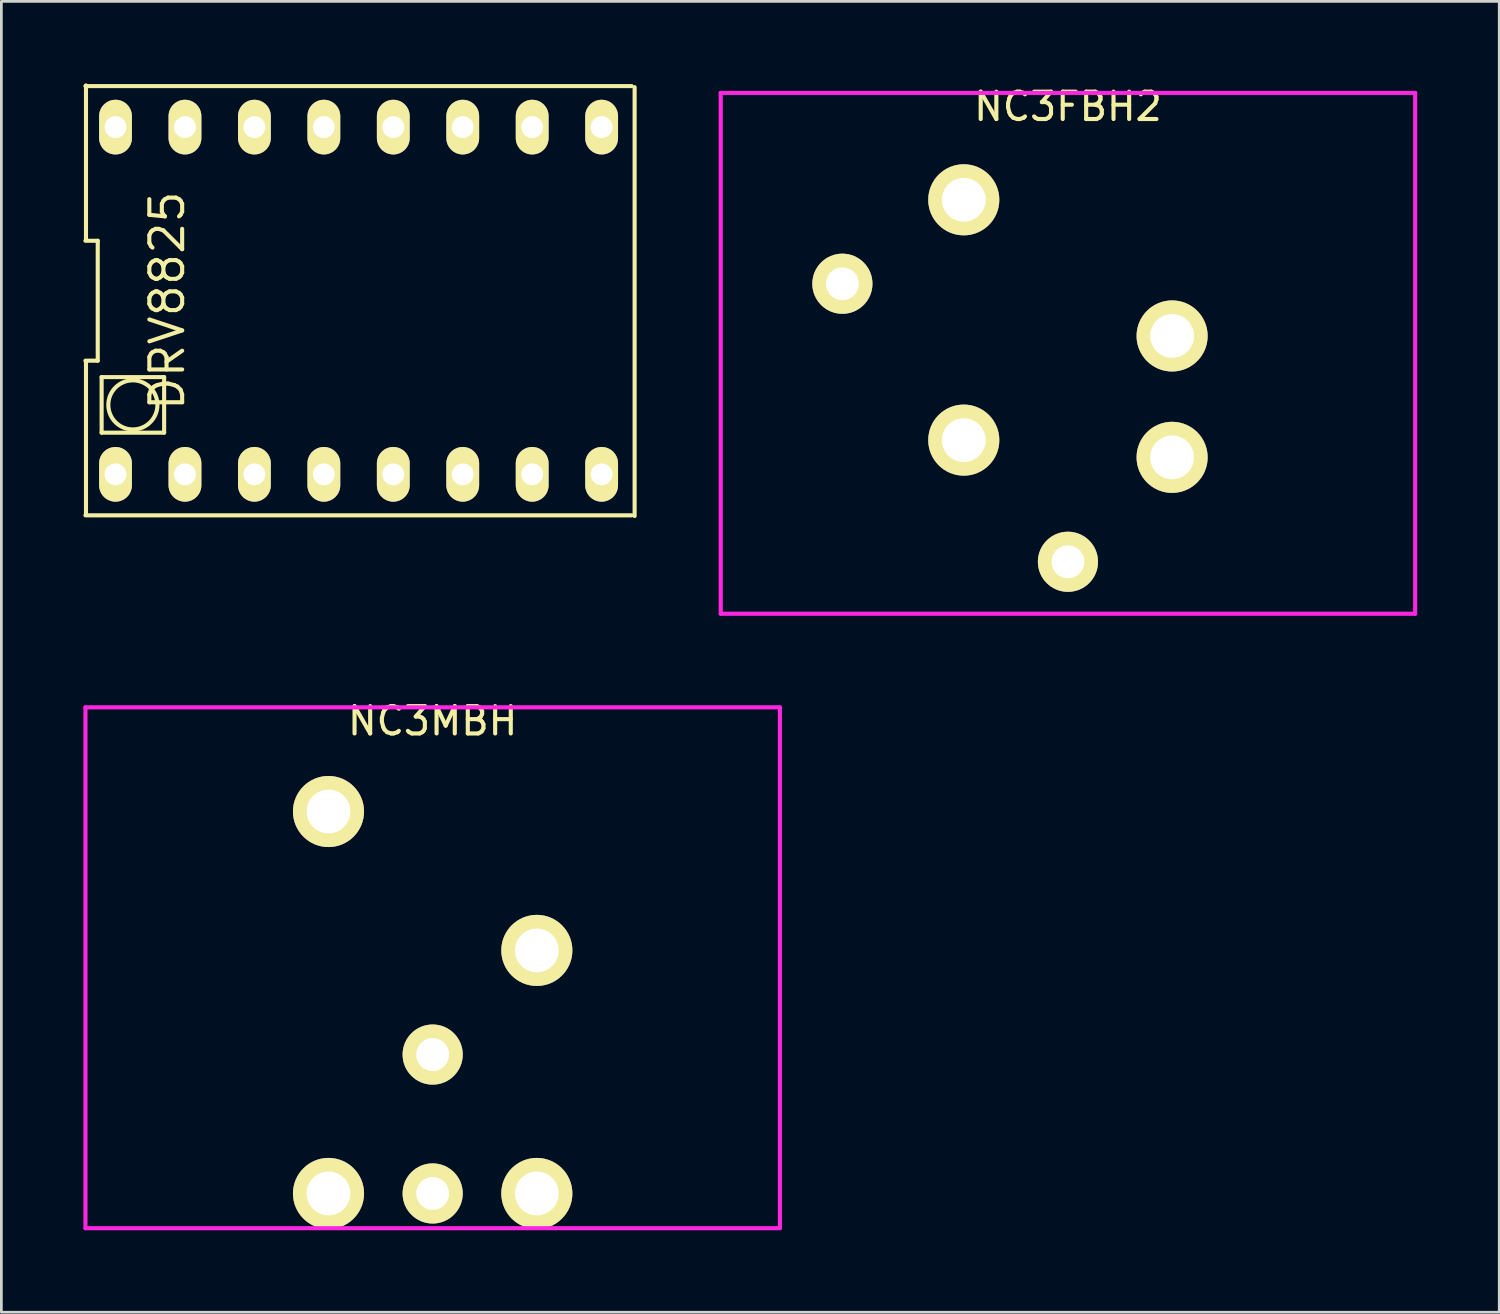
<source format=kicad_pcb>
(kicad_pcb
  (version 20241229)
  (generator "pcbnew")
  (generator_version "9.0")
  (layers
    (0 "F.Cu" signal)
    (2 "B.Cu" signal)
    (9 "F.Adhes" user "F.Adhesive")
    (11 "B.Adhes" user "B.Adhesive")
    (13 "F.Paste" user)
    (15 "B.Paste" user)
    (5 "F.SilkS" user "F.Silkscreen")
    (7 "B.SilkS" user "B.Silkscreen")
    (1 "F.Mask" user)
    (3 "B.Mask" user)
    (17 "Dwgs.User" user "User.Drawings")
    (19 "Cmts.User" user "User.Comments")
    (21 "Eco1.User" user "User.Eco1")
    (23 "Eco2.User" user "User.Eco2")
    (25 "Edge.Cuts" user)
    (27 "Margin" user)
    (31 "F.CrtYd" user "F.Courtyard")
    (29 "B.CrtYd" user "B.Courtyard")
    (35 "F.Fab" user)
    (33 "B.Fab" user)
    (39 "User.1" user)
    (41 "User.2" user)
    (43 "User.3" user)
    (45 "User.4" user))
  (footprint "NC3FBH2"
    (layer "F.Cu")
    (at 36.011 0.348)
    (property "Reference" "NC3FBH2" (at 0 0.5 0) (layer "F.SilkS") (effects (font (size 1 1) (thickness 0.15))))
    (attr through_hole)
    (fp_line (start -12.7 0) (end -12.7 19.05) (stroke (width 0.15) (type solid)) (layer "F.CrtYd"))
    (fp_line (start -12.7 19.05) (end 12.7 19.05) (stroke (width 0.15) (type solid)) (layer "F.CrtYd"))
    (fp_line (start 12.7 0) (end -12.7 0) (stroke (width 0.15) (type solid)) (layer "F.CrtYd"))
    (fp_line (start 12.7 19.05) (end 12.7 0) (stroke (width 0.15) (type solid)) (layer "F.CrtYd"))
    (pad "" thru_hole circle (at -8.25 6.98) (size 2.2 2.2) (drill 1.2) (layers "*.Cu" "*.Mask" "F.SilkS"))
    (pad "" np_thru_hole circle (at -3.81 3.91) (size 2.6 2.6) (drill 1.6) (layers "*.Cu" "*.Mask" "F.SilkS"))
    (pad "" np_thru_hole circle (at 3.81 8.89) (size 2.6 2.6) (drill 1.6) (layers "*.Cu" "*.Mask" "F.SilkS"))
    (pad "1" thru_hole circle (at -3.81 12.7) (size 2.6 2.6) (drill 1.6) (layers "*.Cu" "*.Mask" "F.SilkS"))
    (pad "2" thru_hole circle (at 3.81 13.33) (size 2.6 2.6) (drill 1.6) (layers "*.Cu" "*.Mask" "F.SilkS"))
    (pad "3" thru_hole circle (at 0 17.15) (size 2.2 2.2) (drill 1.2) (layers "*.Cu" "*.Mask" "F.SilkS")))
  (footprint "NC3MBH"
    (layer "F.Cu")
    (at 12.775 22.822)
    (property "Reference" "NC3MBH" (at 0 0.5 0) (layer "F.SilkS") (effects (font (size 1 1) (thickness 0.15))))
    (attr through_hole)
    (fp_line (start -12.7 0) (end -12.7 19.05) (stroke (width 0.15) (type solid)) (layer "F.CrtYd"))
    (fp_line (start -12.7 0) (end 12.7 0) (stroke (width 0.15) (type solid)) (layer "F.CrtYd"))
    (fp_line (start -12.7 19.05) (end 12.7 19.05) (stroke (width 0.15) (type solid)) (layer "F.CrtYd"))
    (fp_line (start 12.7 19.05) (end 12.7 0) (stroke (width 0.15) (type solid)) (layer "F.CrtYd"))
    (pad "" np_thru_hole circle (at -3.81 3.81) (size 2.6 2.6) (drill 1.6) (layers "*.Cu" "*.Mask" "F.SilkS"))
    (pad "" thru_hole circle (at 0 12.7) (size 2.2 2.2) (drill 1.2) (layers "*.Cu" "*.Mask" "F.SilkS"))
    (pad "" np_thru_hole circle (at 3.81 8.89) (size 2.6 2.6) (drill 1.6) (layers "*.Cu" "*.Mask" "F.SilkS"))
    (pad "1" thru_hole circle (at 3.81 17.78) (size 2.6 2.6) (drill 1.6) (layers "*.Cu" "*.Mask" "F.SilkS"))
    (pad "2" thru_hole circle (at -3.81 17.78) (size 2.6 2.6) (drill 1.6) (layers "*.Cu" "*.Mask" "F.SilkS"))
    (pad "3" thru_hole circle (at 0 17.78) (size 2.2 2.2) (drill 1.2) (layers "*.Cu" "*.Mask" "F.SilkS")))
  (footprint "DRV8825"
    (layer "F.Cu")
    (at 10.065 7.949)
    (property "Reference" "DRV8825" (at -7 0 90) (layer "F.SilkS") (effects (font (size 1.2 1.2) (thickness 0.15))))
    (attr through_hole)
    (fp_line (start -9.99 -2.193) (end -9.54 -2.193) (stroke (width 0.15) (type solid)) (layer "F.SilkS"))
    (fp_line (start -9.99 7.85) (end 9.99 7.85) (stroke (width 0.15) (type solid)) (layer "F.SilkS"))
    (fp_line (start -9.97 -2.223) (end -9.97 -7.874) (stroke (width 0.15) (type solid)) (layer "F.SilkS"))
    (fp_line (start -9.97 2.223) (end -9.97 7.811) (stroke (width 0.15) (type solid)) (layer "F.SilkS"))
    (fp_line (start -9.54 -2.193) (end -9.54 2.193) (stroke (width 0.15) (type solid)) (layer "F.SilkS"))
    (fp_line (start -9.54 2.193) (end -9.99 2.193) (stroke (width 0.15) (type solid)) (layer "F.SilkS"))
    (fp_line (start -9.398 2.794) (end -7.112 2.794) (stroke (width 0.15) (type solid)) (layer "F.SilkS"))
    (fp_line (start -9.398 4.826) (end -9.398 2.794) (stroke (width 0.15) (type solid)) (layer "F.SilkS"))
    (fp_line (start -7.112 2.794) (end -7.112 4.826) (stroke (width 0.15) (type solid)) (layer "F.SilkS"))
    (fp_line (start -7.112 4.826) (end -9.398 4.826) (stroke (width 0.15) (type solid)) (layer "F.SilkS"))
    (fp_line (start 9.99 -7.85) (end -9.99 -7.85) (stroke (width 0.15) (type solid)) (layer "F.SilkS"))
    (fp_line (start 10.097 -7.811) (end 10.097 7.874) (stroke (width 0.15) (type solid)) (layer "F.SilkS"))
    (fp_circle (center -8.255 3.81) (end -7.62 3.175) (stroke (width 0.15) (type solid)) (fill no) (layer "F.SilkS"))
    (pad "1" thru_hole oval (at -8.89 6.35) (size 1.2 2) (drill 0.8) (layers "*.Cu" "*.Mask" "F.SilkS"))
    (pad "2" thru_hole oval (at -6.35 6.35) (size 1.2 2) (drill 0.8) (layers "*.Cu" "*.Mask" "F.SilkS"))
    (pad "3" thru_hole oval (at -3.81 6.35) (size 1.2 2) (drill 0.8) (layers "*.Cu" "*.Mask" "F.SilkS"))
    (pad "4" thru_hole oval (at -1.27 6.35) (size 1.2 2) (drill 0.8) (layers "*.Cu" "*.Mask" "F.SilkS"))
    (pad "5" thru_hole oval (at 1.27 6.35) (size 1.2 2) (drill 0.8) (layers "*.Cu" "*.Mask" "F.SilkS"))
    (pad "6" thru_hole oval (at 3.81 6.35) (size 1.2 2) (drill 0.8) (layers "*.Cu" "*.Mask" "F.SilkS"))
    (pad "7" thru_hole oval (at 6.35 6.35) (size 1.2 2) (drill 0.8) (layers "*.Cu" "*.Mask" "F.SilkS"))
    (pad "8" thru_hole oval (at 8.89 6.35) (size 1.2 2) (drill 0.8) (layers "*.Cu" "*.Mask" "F.SilkS"))
    (pad "9" thru_hole oval (at 8.89 -6.35) (size 1.2 2) (drill 0.8) (layers "*.Cu" "*.Mask" "F.SilkS"))
    (pad "10" thru_hole oval (at 6.35 -6.35) (size 1.2 2) (drill 0.8) (layers "*.Cu" "*.Mask" "F.SilkS"))
    (pad "11" thru_hole oval (at 3.81 -6.35) (size 1.2 2) (drill 0.8) (layers "*.Cu" "*.Mask" "F.SilkS"))
    (pad "12" thru_hole oval (at 1.27 -6.35) (size 1.2 2) (drill 0.8) (layers "*.Cu" "*.Mask" "F.SilkS"))
    (pad "13" thru_hole oval (at -1.27 -6.35) (size 1.2 2) (drill 0.8) (layers "*.Cu" "*.Mask" "F.SilkS"))
    (pad "14" thru_hole oval (at -3.81 -6.35) (size 1.2 2) (drill 0.8) (layers "*.Cu" "*.Mask" "F.SilkS"))
    (pad "15" thru_hole oval (at -6.35 -6.35) (size 1.2 2) (drill 0.8) (layers "*.Cu" "*.Mask" "F.SilkS"))
    (pad "16" thru_hole oval (at -8.89 -6.35) (size 1.2 2) (drill 0.8) (layers "*.Cu" "*.Mask" "F.SilkS")))
  (gr_rect
    (start -3 -3)
    (end 51.786 44.947)
    (stroke (width 0.1) (type default))
    (fill no)
    (layer "Edge.Cuts")))
</source>
